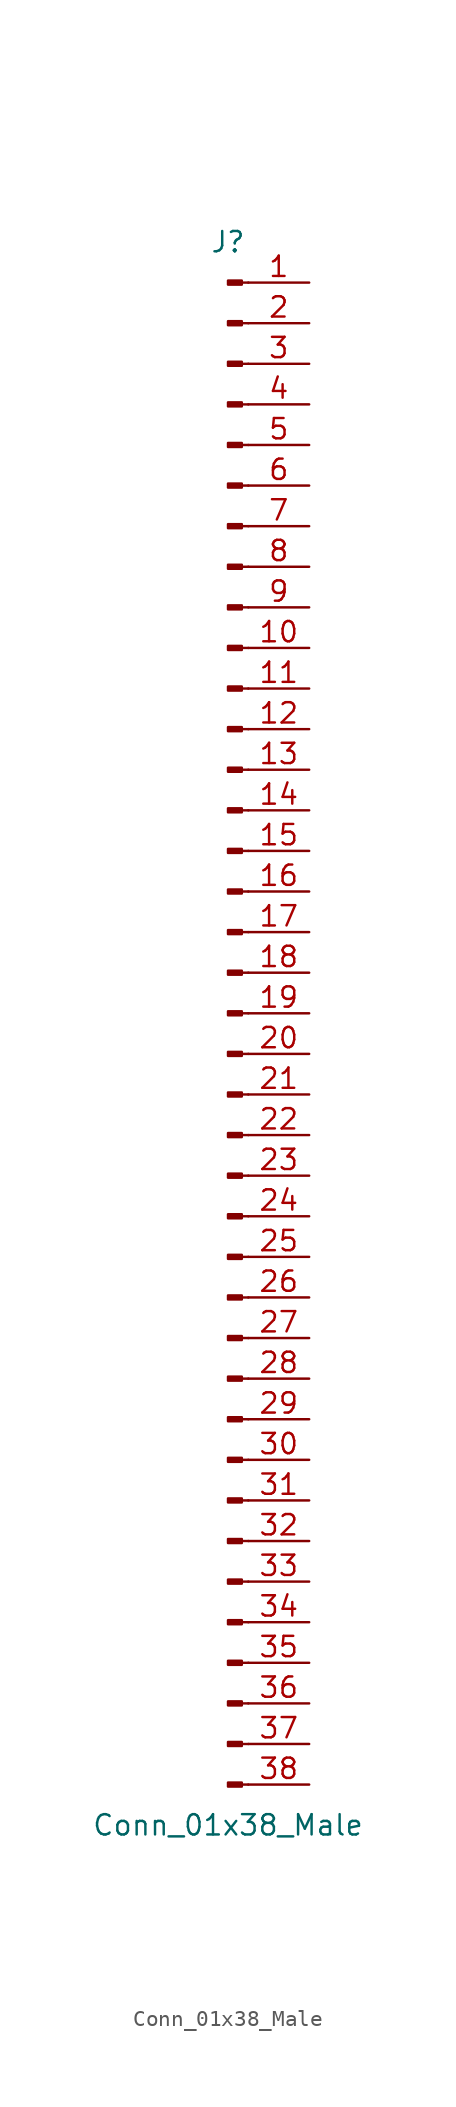
<source format=kicad_sym>
(kicad_symbol_lib
  (version 20220914)
  (generator kicad_symbol_editor)
  (symbol "Conn_01x38_Male"
    (pin_names
      (offset 1.016) hide)
    (property "Reference" "J"
      (at 0 48.26 0)
      (effects (font (size 1.27 1.27))))
    (property "Value" "Conn_01x38_Male"
      (at 0 -50.8 0)
      (effects (font (size 1.27 1.27))))
    (symbol "Conn_01x38_Male_1_1"
      (polyline (pts (xy 1.27 -48.26) (xy 0.864 -48.26)) (stroke (width 0.152) (type solid)) (fill (type none)))
      (polyline (pts (xy 1.27 -45.72) (xy 0.864 -45.72)) (stroke (width 0.152) (type solid)) (fill (type none)))
      (polyline (pts (xy 1.27 -43.18) (xy 0.864 -43.18)) (stroke (width 0.152) (type solid)) (fill (type none)))
      (polyline (pts (xy 1.27 -40.64) (xy 0.864 -40.64)) (stroke (width 0.152) (type solid)) (fill (type none)))
      (polyline (pts (xy 1.27 -38.1) (xy 0.864 -38.1)) (stroke (width 0.152) (type solid)) (fill (type none)))
      (polyline (pts (xy 1.27 -35.56) (xy 0.864 -35.56)) (stroke (width 0.152) (type solid)) (fill (type none)))
      (polyline (pts (xy 1.27 -33.02) (xy 0.864 -33.02)) (stroke (width 0.152) (type solid)) (fill (type none)))
      (polyline (pts (xy 1.27 -30.48) (xy 0.864 -30.48)) (stroke (width 0.152) (type solid)) (fill (type none)))
      (polyline (pts (xy 1.27 -27.94) (xy 0.864 -27.94)) (stroke (width 0.152) (type solid)) (fill (type none)))
      (polyline (pts (xy 1.27 -25.4) (xy 0.864 -25.4)) (stroke (width 0.152) (type solid)) (fill (type none)))
      (polyline (pts (xy 1.27 -22.86) (xy 0.864 -22.86)) (stroke (width 0.152) (type solid)) (fill (type none)))
      (polyline (pts (xy 1.27 -20.32) (xy 0.864 -20.32)) (stroke (width 0.152) (type solid)) (fill (type none)))
      (polyline (pts (xy 1.27 -17.78) (xy 0.864 -17.78)) (stroke (width 0.152) (type solid)) (fill (type none)))
      (polyline (pts (xy 1.27 -15.24) (xy 0.864 -15.24)) (stroke (width 0.152) (type solid)) (fill (type none)))
      (polyline (pts (xy 1.27 -12.7) (xy 0.864 -12.7)) (stroke (width 0.152) (type solid)) (fill (type none)))
      (polyline (pts (xy 1.27 -10.16) (xy 0.864 -10.16)) (stroke (width 0.152) (type solid)) (fill (type none)))
      (polyline (pts (xy 1.27 -7.62) (xy 0.864 -7.62)) (stroke (width 0.152) (type solid)) (fill (type none)))
      (polyline (pts (xy 1.27 -5.08) (xy 0.864 -5.08)) (stroke (width 0.152) (type solid)) (fill (type none)))
      (polyline (pts (xy 1.27 -2.54) (xy 0.864 -2.54)) (stroke (width 0.152) (type solid)) (fill (type none)))
      (polyline (pts (xy 1.27 0) (xy 0.864 0)) (stroke (width 0.152) (type solid)) (fill (type none)))
      (polyline (pts (xy 1.27 2.54) (xy 0.864 2.54)) (stroke (width 0.152) (type solid)) (fill (type none)))
      (polyline (pts (xy 1.27 5.08) (xy 0.864 5.08)) (stroke (width 0.152) (type solid)) (fill (type none)))
      (polyline (pts (xy 1.27 7.62) (xy 0.864 7.62)) (stroke (width 0.152) (type solid)) (fill (type none)))
      (polyline (pts (xy 1.27 10.16) (xy 0.864 10.16)) (stroke (width 0.152) (type solid)) (fill (type none)))
      (polyline (pts (xy 1.27 12.7) (xy 0.864 12.7)) (stroke (width 0.152) (type solid)) (fill (type none)))
      (polyline (pts (xy 1.27 15.24) (xy 0.864 15.24)) (stroke (width 0.152) (type solid)) (fill (type none)))
      (polyline (pts (xy 1.27 17.78) (xy 0.864 17.78)) (stroke (width 0.152) (type solid)) (fill (type none)))
      (polyline (pts (xy 1.27 20.32) (xy 0.864 20.32)) (stroke (width 0.152) (type solid)) (fill (type none)))
      (polyline (pts (xy 1.27 22.86) (xy 0.864 22.86)) (stroke (width 0.152) (type solid)) (fill (type none)))
      (polyline (pts (xy 1.27 25.4) (xy 0.864 25.4)) (stroke (width 0.152) (type solid)) (fill (type none)))
      (polyline (pts (xy 1.27 27.94) (xy 0.864 27.94)) (stroke (width 0.152) (type solid)) (fill (type none)))
      (polyline (pts (xy 1.27 30.48) (xy 0.864 30.48)) (stroke (width 0.152) (type solid)) (fill (type none)))
      (polyline (pts (xy 1.27 33.02) (xy 0.864 33.02)) (stroke (width 0.152) (type solid)) (fill (type none)))
      (polyline (pts (xy 1.27 35.56) (xy 0.864 35.56)) (stroke (width 0.152) (type solid)) (fill (type none)))
      (polyline (pts (xy 1.27 38.1) (xy 0.864 38.1)) (stroke (width 0.152) (type solid)) (fill (type none)))
      (polyline (pts (xy 1.27 40.64) (xy 0.864 40.64)) (stroke (width 0.152) (type solid)) (fill (type none)))
      (polyline (pts (xy 1.27 43.18) (xy 0.864 43.18)) (stroke (width 0.152) (type solid)) (fill (type none)))
      (polyline (pts (xy 1.27 45.72) (xy 0.864 45.72)) (stroke (width 0.152) (type solid)) (fill (type none)))
      (rectangle (start 0.864 -48.133) (end 0 -48.387) (stroke (width 0.152) (type solid)) (fill (type outline)))
      (rectangle (start 0.864 -45.593) (end 0 -45.847) (stroke (width 0.152) (type solid)) (fill (type outline)))
      (rectangle (start 0.864 -43.053) (end 0 -43.307) (stroke (width 0.152) (type solid)) (fill (type outline)))
      (rectangle (start 0.864 -40.513) (end 0 -40.767) (stroke (width 0.152) (type solid)) (fill (type outline)))
      (rectangle (start 0.864 -37.973) (end 0 -38.227) (stroke (width 0.152) (type solid)) (fill (type outline)))
      (rectangle (start 0.864 -35.433) (end 0 -35.687) (stroke (width 0.152) (type solid)) (fill (type outline)))
      (rectangle (start 0.864 -32.893) (end 0 -33.147) (stroke (width 0.152) (type solid)) (fill (type outline)))
      (rectangle (start 0.864 -30.353) (end 0 -30.607) (stroke (width 0.152) (type solid)) (fill (type outline)))
      (rectangle (start 0.864 -27.813) (end 0 -28.067) (stroke (width 0.152) (type solid)) (fill (type outline)))
      (rectangle (start 0.864 -25.273) (end 0 -25.527) (stroke (width 0.152) (type solid)) (fill (type outline)))
      (rectangle (start 0.864 -22.733) (end 0 -22.987) (stroke (width 0.152) (type solid)) (fill (type outline)))
      (rectangle (start 0.864 -20.193) (end 0 -20.447) (stroke (width 0.152) (type solid)) (fill (type outline)))
      (rectangle (start 0.864 -17.653) (end 0 -17.907) (stroke (width 0.152) (type solid)) (fill (type outline)))
      (rectangle (start 0.864 -15.113) (end 0 -15.367) (stroke (width 0.152) (type solid)) (fill (type outline)))
      (rectangle (start 0.864 -12.573) (end 0 -12.827) (stroke (width 0.152) (type solid)) (fill (type outline)))
      (rectangle (start 0.864 -10.033) (end 0 -10.287) (stroke (width 0.152) (type solid)) (fill (type outline)))
      (rectangle (start 0.864 -7.493) (end 0 -7.747) (stroke (width 0.152) (type solid)) (fill (type outline)))
      (rectangle (start 0.864 -4.953) (end 0 -5.207) (stroke (width 0.152) (type solid)) (fill (type outline)))
      (rectangle (start 0.864 -2.413) (end 0 -2.667) (stroke (width 0.152) (type solid)) (fill (type outline)))
      (rectangle (start 0.864 0.127) (end 0 -0.127) (stroke (width 0.152) (type solid)) (fill (type outline)))
      (rectangle (start 0.864 2.667) (end 0 2.413) (stroke (width 0.152) (type solid)) (fill (type outline)))
      (rectangle (start 0.864 5.207) (end 0 4.953) (stroke (width 0.152) (type solid)) (fill (type outline)))
      (rectangle (start 0.864 7.747) (end 0 7.493) (stroke (width 0.152) (type solid)) (fill (type outline)))
      (rectangle (start 0.864 10.287) (end 0 10.033) (stroke (width 0.152) (type solid)) (fill (type outline)))
      (rectangle (start 0.864 12.827) (end 0 12.573) (stroke (width 0.152) (type solid)) (fill (type outline)))
      (rectangle (start 0.864 15.367) (end 0 15.113) (stroke (width 0.152) (type solid)) (fill (type outline)))
      (rectangle (start 0.864 17.907) (end 0 17.653) (stroke (width 0.152) (type solid)) (fill (type outline)))
      (rectangle (start 0.864 20.447) (end 0 20.193) (stroke (width 0.152) (type solid)) (fill (type outline)))
      (rectangle (start 0.864 22.987) (end 0 22.733) (stroke (width 0.152) (type solid)) (fill (type outline)))
      (rectangle (start 0.864 25.527) (end 0 25.273) (stroke (width 0.152) (type solid)) (fill (type outline)))
      (rectangle (start 0.864 28.067) (end 0 27.813) (stroke (width 0.152) (type solid)) (fill (type outline)))
      (rectangle (start 0.864 30.607) (end 0 30.353) (stroke (width 0.152) (type solid)) (fill (type outline)))
      (rectangle (start 0.864 33.147) (end 0 32.893) (stroke (width 0.152) (type solid)) (fill (type outline)))
      (rectangle (start 0.864 35.687) (end 0 35.433) (stroke (width 0.152) (type solid)) (fill (type outline)))
      (rectangle (start 0.864 38.227) (end 0 37.973) (stroke (width 0.152) (type solid)) (fill (type outline)))
      (rectangle (start 0.864 40.767) (end 0 40.513) (stroke (width 0.152) (type solid)) (fill (type outline)))
      (rectangle (start 0.864 43.307) (end 0 43.053) (stroke (width 0.152) (type solid)) (fill (type outline)))
      (rectangle (start 0.864 45.847) (end 0 45.593) (stroke (width 0.152) (type solid)) (fill (type outline)))
      (pin passive line (at 5.08 45.72 180) (length 3.81) (name "Pin_1" (effects (font (size 1.27 1.27)))) (number "1" (effects (font (size 1.27 1.27)))))
      (pin passive line (at 5.08 22.86 180) (length 3.81) (name "Pin_10" (effects (font (size 1.27 1.27)))) (number "10" (effects (font (size 1.27 1.27)))))
      (pin passive line (at 5.08 20.32 180) (length 3.81) (name "Pin_11" (effects (font (size 1.27 1.27)))) (number "11" (effects (font (size 1.27 1.27)))))
      (pin passive line (at 5.08 17.78 180) (length 3.81) (name "Pin_12" (effects (font (size 1.27 1.27)))) (number "12" (effects (font (size 1.27 1.27)))))
      (pin passive line (at 5.08 15.24 180) (length 3.81) (name "Pin_13" (effects (font (size 1.27 1.27)))) (number "13" (effects (font (size 1.27 1.27)))))
      (pin passive line (at 5.08 12.7 180) (length 3.81) (name "Pin_14" (effects (font (size 1.27 1.27)))) (number "14" (effects (font (size 1.27 1.27)))))
      (pin passive line (at 5.08 10.16 180) (length 3.81) (name "Pin_15" (effects (font (size 1.27 1.27)))) (number "15" (effects (font (size 1.27 1.27)))))
      (pin passive line (at 5.08 7.62 180) (length 3.81) (name "Pin_16" (effects (font (size 1.27 1.27)))) (number "16" (effects (font (size 1.27 1.27)))))
      (pin passive line (at 5.08 5.08 180) (length 3.81) (name "Pin_17" (effects (font (size 1.27 1.27)))) (number "17" (effects (font (size 1.27 1.27)))))
      (pin passive line (at 5.08 2.54 180) (length 3.81) (name "Pin_18" (effects (font (size 1.27 1.27)))) (number "18" (effects (font (size 1.27 1.27)))))
      (pin passive line (at 5.08 0 180) (length 3.81) (name "Pin_19" (effects (font (size 1.27 1.27)))) (number "19" (effects (font (size 1.27 1.27)))))
      (pin passive line (at 5.08 43.18 180) (length 3.81) (name "Pin_2" (effects (font (size 1.27 1.27)))) (number "2" (effects (font (size 1.27 1.27)))))
      (pin passive line (at 5.08 -2.54 180) (length 3.81) (name "Pin_20" (effects (font (size 1.27 1.27)))) (number "20" (effects (font (size 1.27 1.27)))))
      (pin passive line (at 5.08 -5.08 180) (length 3.81) (name "Pin_21" (effects (font (size 1.27 1.27)))) (number "21" (effects (font (size 1.27 1.27)))))
      (pin passive line (at 5.08 -7.62 180) (length 3.81) (name "Pin_22" (effects (font (size 1.27 1.27)))) (number "22" (effects (font (size 1.27 1.27)))))
      (pin passive line (at 5.08 -10.16 180) (length 3.81) (name "Pin_23" (effects (font (size 1.27 1.27)))) (number "23" (effects (font (size 1.27 1.27)))))
      (pin passive line (at 5.08 -12.7 180) (length 3.81) (name "Pin_24" (effects (font (size 1.27 1.27)))) (number "24" (effects (font (size 1.27 1.27)))))
      (pin passive line (at 5.08 -15.24 180) (length 3.81) (name "Pin_25" (effects (font (size 1.27 1.27)))) (number "25" (effects (font (size 1.27 1.27)))))
      (pin passive line (at 5.08 -17.78 180) (length 3.81) (name "Pin_26" (effects (font (size 1.27 1.27)))) (number "26" (effects (font (size 1.27 1.27)))))
      (pin passive line (at 5.08 -20.32 180) (length 3.81) (name "Pin_27" (effects (font (size 1.27 1.27)))) (number "27" (effects (font (size 1.27 1.27)))))
      (pin passive line (at 5.08 -22.86 180) (length 3.81) (name "Pin_28" (effects (font (size 1.27 1.27)))) (number "28" (effects (font (size 1.27 1.27)))))
      (pin passive line (at 5.08 -25.4 180) (length 3.81) (name "Pin_29" (effects (font (size 1.27 1.27)))) (number "29" (effects (font (size 1.27 1.27)))))
      (pin passive line (at 5.08 40.64 180) (length 3.81) (name "Pin_3" (effects (font (size 1.27 1.27)))) (number "3" (effects (font (size 1.27 1.27)))))
      (pin passive line (at 5.08 -27.94 180) (length 3.81) (name "Pin_30" (effects (font (size 1.27 1.27)))) (number "30" (effects (font (size 1.27 1.27)))))
      (pin passive line (at 5.08 -30.48 180) (length 3.81) (name "Pin_31" (effects (font (size 1.27 1.27)))) (number "31" (effects (font (size 1.27 1.27)))))
      (pin passive line (at 5.08 -33.02 180) (length 3.81) (name "Pin_32" (effects (font (size 1.27 1.27)))) (number "32" (effects (font (size 1.27 1.27)))))
      (pin passive line (at 5.08 -35.56 180) (length 3.81) (name "Pin_33" (effects (font (size 1.27 1.27)))) (number "33" (effects (font (size 1.27 1.27)))))
      (pin passive line (at 5.08 -38.1 180) (length 3.81) (name "Pin_34" (effects (font (size 1.27 1.27)))) (number "34" (effects (font (size 1.27 1.27)))))
      (pin passive line (at 5.08 -40.64 180) (length 3.81) (name "Pin_35" (effects (font (size 1.27 1.27)))) (number "35" (effects (font (size 1.27 1.27)))))
      (pin passive line (at 5.08 -43.18 180) (length 3.81) (name "Pin_36" (effects (font (size 1.27 1.27)))) (number "36" (effects (font (size 1.27 1.27)))))
      (pin passive line (at 5.08 -45.72 180) (length 3.81) (name "Pin_37" (effects (font (size 1.27 1.27)))) (number "37" (effects (font (size 1.27 1.27)))))
      (pin passive line (at 5.08 -48.26 180) (length 3.81) (name "Pin_38" (effects (font (size 1.27 1.27)))) (number "38" (effects (font (size 1.27 1.27)))))
      (pin passive line (at 5.08 38.1 180) (length 3.81) (name "Pin_4" (effects (font (size 1.27 1.27)))) (number "4" (effects (font (size 1.27 1.27)))))
      (pin passive line (at 5.08 35.56 180) (length 3.81) (name "Pin_5" (effects (font (size 1.27 1.27)))) (number "5" (effects (font (size 1.27 1.27)))))
      (pin passive line (at 5.08 33.02 180) (length 3.81) (name "Pin_6" (effects (font (size 1.27 1.27)))) (number "6" (effects (font (size 1.27 1.27)))))
      (pin passive line (at 5.08 30.48 180) (length 3.81) (name "Pin_7" (effects (font (size 1.27 1.27)))) (number "7" (effects (font (size 1.27 1.27)))))
      (pin passive line (at 5.08 27.94 180) (length 3.81) (name "Pin_8" (effects (font (size 1.27 1.27)))) (number "8" (effects (font (size 1.27 1.27)))))
      (pin passive line (at 5.08 25.4 180) (length 3.81) (name "Pin_9" (effects (font (size 1.27 1.27)))) (number "9" (effects (font (size 1.27 1.27))))))))
</source>
